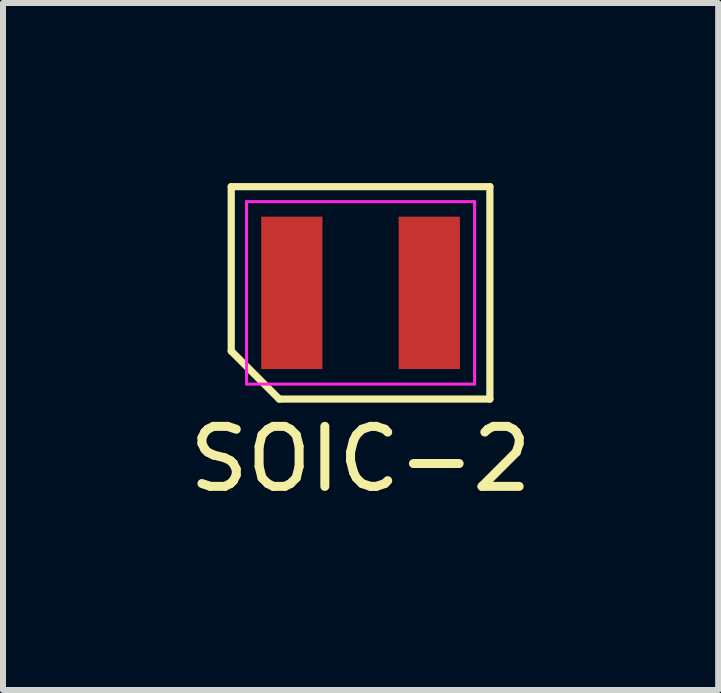
<source format=kicad_pcb>
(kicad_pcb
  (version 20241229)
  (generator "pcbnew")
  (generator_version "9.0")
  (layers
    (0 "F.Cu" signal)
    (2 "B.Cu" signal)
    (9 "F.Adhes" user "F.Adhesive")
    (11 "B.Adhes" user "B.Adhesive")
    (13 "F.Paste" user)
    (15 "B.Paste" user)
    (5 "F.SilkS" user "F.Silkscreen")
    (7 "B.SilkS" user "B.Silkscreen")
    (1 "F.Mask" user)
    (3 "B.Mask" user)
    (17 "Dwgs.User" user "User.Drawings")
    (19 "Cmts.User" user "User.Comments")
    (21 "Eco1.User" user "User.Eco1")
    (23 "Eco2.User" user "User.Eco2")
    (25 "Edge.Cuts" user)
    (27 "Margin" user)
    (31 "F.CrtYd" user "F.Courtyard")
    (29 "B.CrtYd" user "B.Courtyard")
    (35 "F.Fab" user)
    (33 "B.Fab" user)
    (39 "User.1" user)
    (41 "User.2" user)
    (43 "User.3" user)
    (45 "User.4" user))
  (footprint "SOIC-2"
    (layer "F.Cu")
    (at 2.958 1.83)
    (property "Reference" "SOIC-2" (at 0 2.77 0) (layer "F.SilkS") (effects (font (size 1 1) (thickness 0.15))))
    (attr smd)
    (fp_line (start -2.155 -1.77) (end 2.155 -1.77) (stroke (width 0.12) (type solid)) (layer "F.SilkS"))
    (fp_line (start -2.155 0.97) (end -2.155 -1.77) (stroke (width 0.12) (type solid)) (layer "F.SilkS"))
    (fp_line (start -1.355 1.77) (end -2.155 0.97) (stroke (width 0.12) (type solid)) (layer "F.SilkS"))
    (fp_line (start 2.155 -1.77) (end 2.155 1.77) (stroke (width 0.12) (type solid)) (layer "F.SilkS"))
    (fp_line (start 2.155 1.77) (end -1.355 1.77) (stroke (width 0.12) (type solid)) (layer "F.SilkS"))
    (fp_line (start -1.9 -1.52) (end 1.9 -1.52) (stroke (width 0.05) (type solid)) (layer "F.CrtYd"))
    (fp_line (start -1.9 1.52) (end -1.9 -1.52) (stroke (width 0.05) (type solid)) (layer "F.CrtYd"))
    (fp_line (start 1.9 -1.52) (end 1.9 1.52) (stroke (width 0.05) (type solid)) (layer "F.CrtYd"))
    (fp_line (start 1.9 1.52) (end -1.9 1.52) (stroke (width 0.05) (type solid)) (layer "F.CrtYd"))
    (pad "1" smd rect (at -1.145 0) (size 1.02 2.54) (layers "F.Cu" "F.Mask" "F.Paste"))
    (pad "2" smd rect (at 1.145 0) (size 1.02 2.54) (layers "F.Cu" "F.Mask" "F.Paste")))
  (gr_rect
    (start -3 -3)
    (end 8.917 8.448)
    (stroke (width 0.1) (type default))
    (fill no)
    (layer "Edge.Cuts")))
</source>
